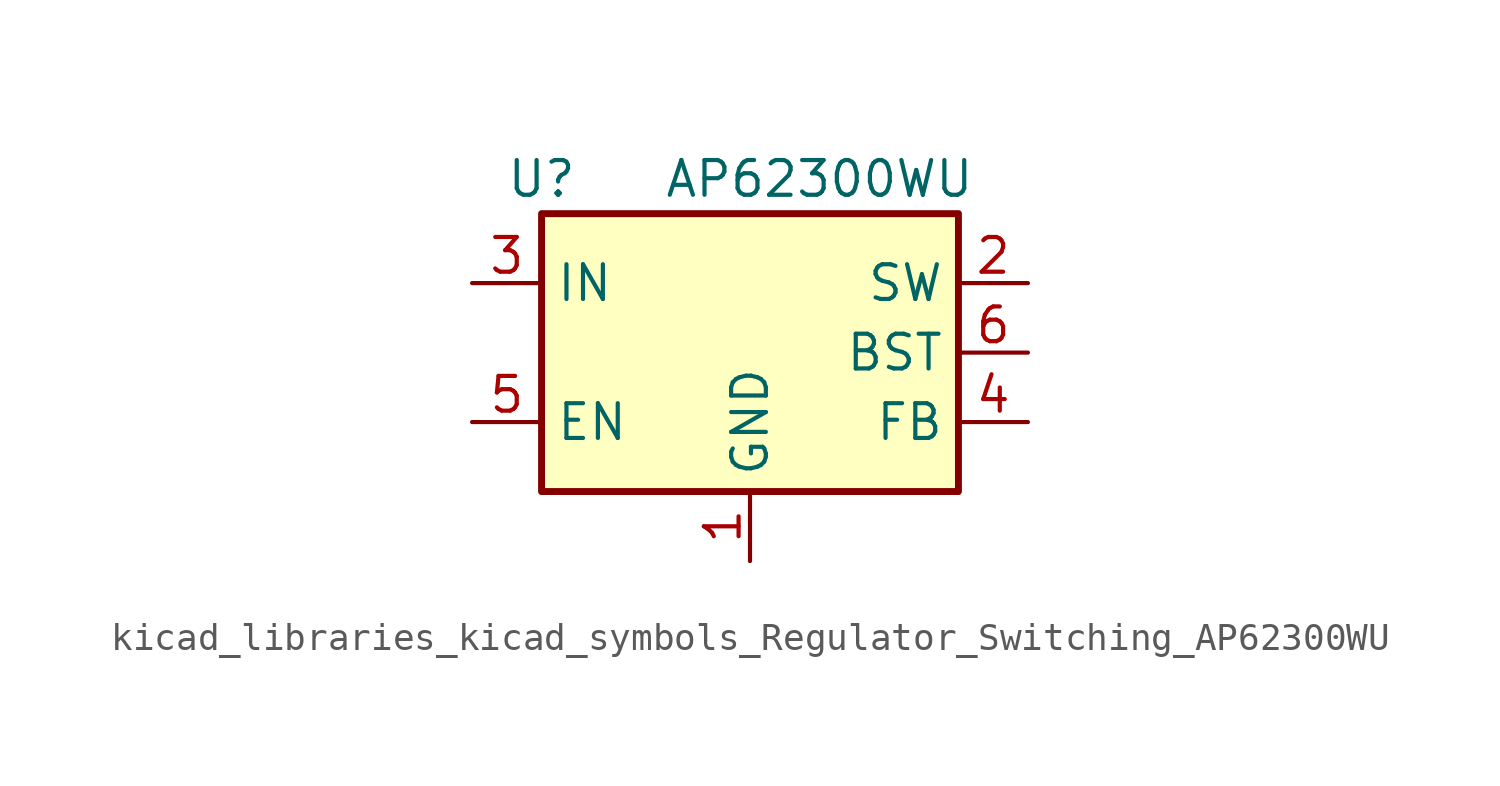
<source format=kicad_sym>
(kicad_symbol_lib
  (version 20220914)
  (generator kicad_symbol_editor)
  (symbol "kicad_libraries_kicad_symbols_Regulator_Switching_AP62300WU"
    (property "Reference" "U"
      (at -7.62 6.35 0)
      (effects (font (size 1.27 1.27))))
    (property "Value" "AP62300WU"
      (at 2.54 6.35 0)
      (effects (font (size 1.27 1.27))))
    (symbol "kicad_libraries_kicad_symbols_Regulator_Switching_AP62300WU_0_1"
      (rectangle (start -7.62 5.08) (end 7.62 -5.08) (stroke (width 0.254) (type default)) (fill (type background))))
    (symbol "kicad_libraries_kicad_symbols_Regulator_Switching_AP62300WU_1_1"
      (pin power_in line (at 0 -7.62 90) (length 2.54) (name "GND" (effects (font (size 1.27 1.27)))) (number "1" (effects (font (size 1.27 1.27)))))
      (pin output line (at 10.16 2.54 180) (length 2.54) (name "SW" (effects (font (size 1.27 1.27)))) (number "2" (effects (font (size 1.27 1.27)))))
      (pin power_in line (at -10.16 2.54 0) (length 2.54) (name "IN" (effects (font (size 1.27 1.27)))) (number "3" (effects (font (size 1.27 1.27)))))
      (pin input line (at 10.16 -2.54 180) (length 2.54) (name "FB" (effects (font (size 1.27 1.27)))) (number "4" (effects (font (size 1.27 1.27)))))
      (pin input line (at -10.16 -2.54 0) (length 2.54) (name "EN" (effects (font (size 1.27 1.27)))) (number "5" (effects (font (size 1.27 1.27)))))
      (pin passive line (at 10.16 0 180) (length 2.54) (name "BST" (effects (font (size 1.27 1.27)))) (number "6" (effects (font (size 1.27 1.27))))))))
</source>
